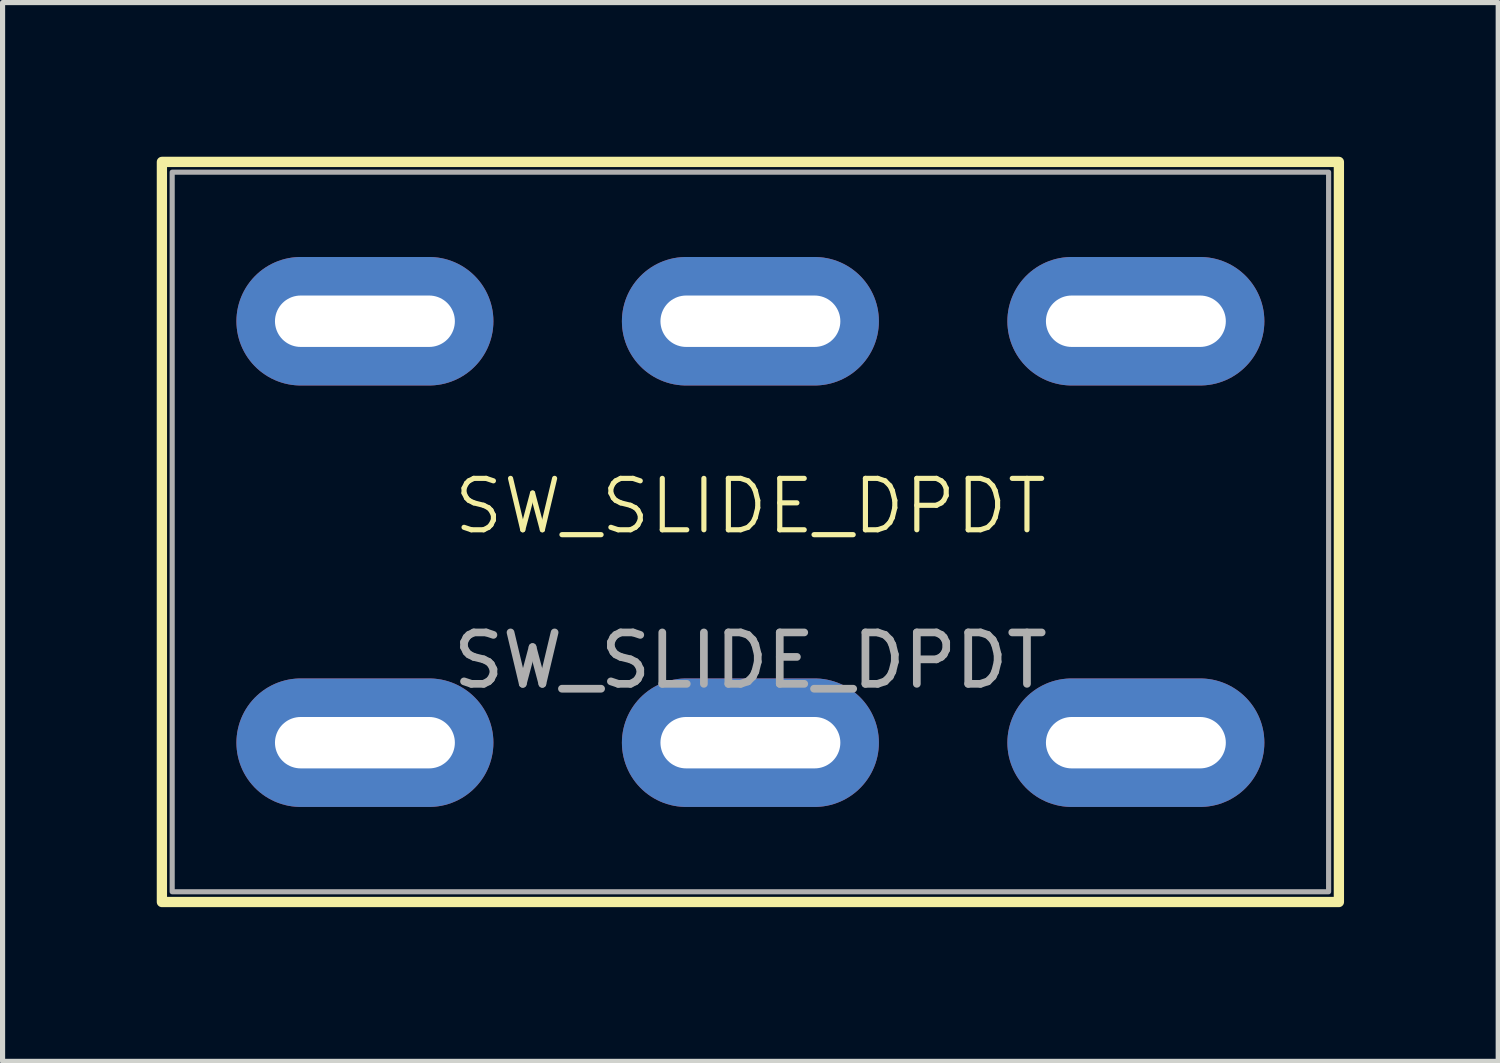
<source format=kicad_pcb>
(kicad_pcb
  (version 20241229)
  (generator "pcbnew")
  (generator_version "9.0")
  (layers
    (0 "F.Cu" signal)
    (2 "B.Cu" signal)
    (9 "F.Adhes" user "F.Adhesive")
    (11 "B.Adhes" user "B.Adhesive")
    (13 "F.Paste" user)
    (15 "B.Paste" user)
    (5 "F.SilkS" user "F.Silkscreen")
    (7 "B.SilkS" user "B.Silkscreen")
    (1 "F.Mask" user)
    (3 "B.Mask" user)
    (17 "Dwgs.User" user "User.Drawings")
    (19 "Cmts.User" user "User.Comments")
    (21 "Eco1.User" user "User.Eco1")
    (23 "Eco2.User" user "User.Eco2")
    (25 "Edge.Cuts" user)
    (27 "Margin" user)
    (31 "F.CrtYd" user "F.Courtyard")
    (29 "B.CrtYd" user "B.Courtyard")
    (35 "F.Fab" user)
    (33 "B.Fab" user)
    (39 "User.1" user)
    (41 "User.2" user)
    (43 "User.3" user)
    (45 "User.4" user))
  (footprint "SW_SLIDE_DPDT"
    (layer "F.Cu")
    (at 11.55 7.3)
    (property "Reference" "SW_SLIDE_DPDT" (at 0 -0.5 0) (unlocked yes) (layer "F.SilkS") (effects (font (size 1 1) (thickness 0.1))))
    (attr through_hole)
    (fp_rect (start -11.45 -7.2) (end 11.45 7.2) (stroke (width 0.2) (type default)) (fill no) (layer "F.SilkS"))
    (fp_rect (start -11.25 -7) (end 11.25 7) (stroke (width 0.1) (type default)) (fill no) (layer "F.Fab"))
    (fp_text user "${REFERENCE}" (at 0 2.5 0) (unlocked yes) (layer "F.Fab") (effects (font (size 1 1) (thickness 0.15))))
    (pad "1" thru_hole oval (at 7.5 -4.1) (size 5 2.5) (drill oval 3.5 1) (property pad_prop_testpoint) (layers "*.Cu" "*.Mask"))
    (pad "2" thru_hole oval (at 0 -4.1) (size 5 2.5) (drill oval 3.5 1) (property pad_prop_testpoint) (layers "*.Cu" "*.Mask"))
    (pad "3" thru_hole oval (at -7.5 -4.1) (size 5 2.5) (drill oval 3.5 1) (property pad_prop_testpoint) (layers "*.Cu" "*.Mask"))
    (pad "4" thru_hole oval (at 7.5 4.1) (size 5 2.5) (drill oval 3.5 1) (property pad_prop_testpoint) (layers "*.Cu" "*.Mask"))
    (pad "5" thru_hole oval (at 0 4.1) (size 5 2.5) (drill oval 3.5 1) (property pad_prop_testpoint) (layers "*.Cu" "*.Mask"))
    (pad "6" thru_hole oval (at -7.5 4.1) (size 5 2.5) (drill oval 3.5 1) (property pad_prop_testpoint) (layers "*.Cu" "*.Mask")))
  (gr_rect
    (start -3 -3)
    (end 26.1 17.6)
    (stroke (width 0.1) (type default))
    (fill no)
    (layer "Edge.Cuts")))
</source>
